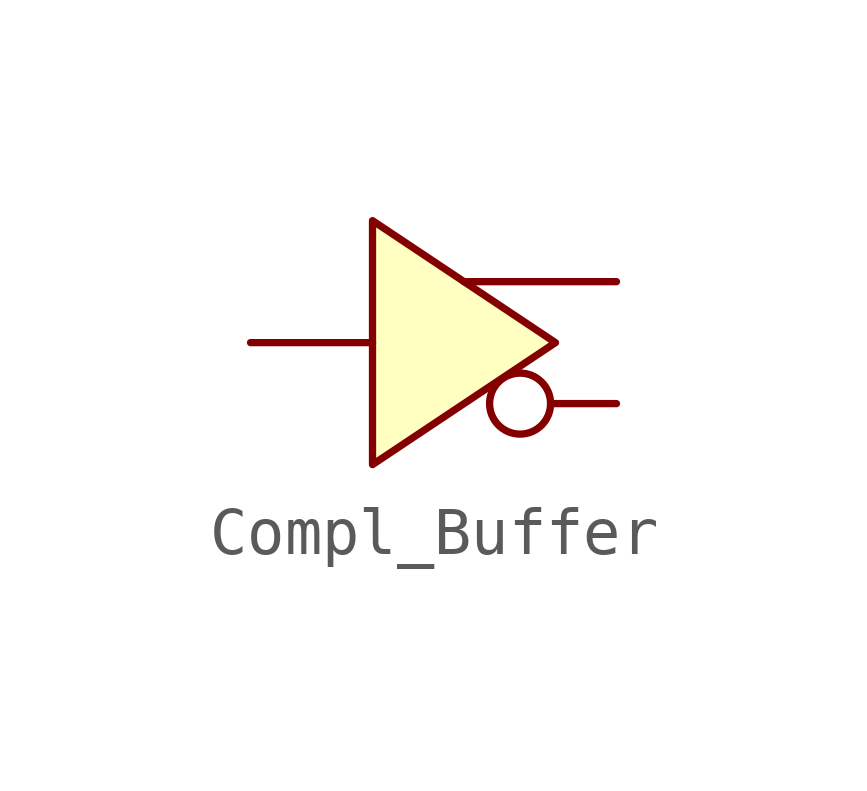
<source format=kicad_sym>
(kicad_symbol_lib
  (version 20211014)
  (generator kicad_symbol_editor)
  (symbol "Compl_Buffer"
    (property "Reference" "U"
      (at 0 -3.81 0)
      (effects (font (size 1.27 1.27)) hide))
    (symbol "Compl_Buffer_0_1"
      (polyline (pts (xy -1.27 2.54) (xy -1.27 -2.54) (xy 2.54 0) (xy -1.27 2.54)) (stroke (width 0.152) (type default) (color 0 0 0 0)) (fill (type background))))
    (symbol "Compl_Buffer_1_1"
      (pin input line (at -3.81 0 0) (length 2.54) (name "" (effects (font (size 1.27 1.27)))) (number "" (effects (font (size 1.27 1.27)))))
      (pin output inverted (at 3.81 -1.27 180) (length 2.642) (name "" (effects (font (size 1.27 1.27)))) (number "" (effects (font (size 1.27 1.27)))))
      (pin output line (at 3.81 1.27 180) (length 3.175) (name "" (effects (font (size 1.27 1.27)))) (number "" (effects (font (size 1.27 1.27))))))))
</source>
